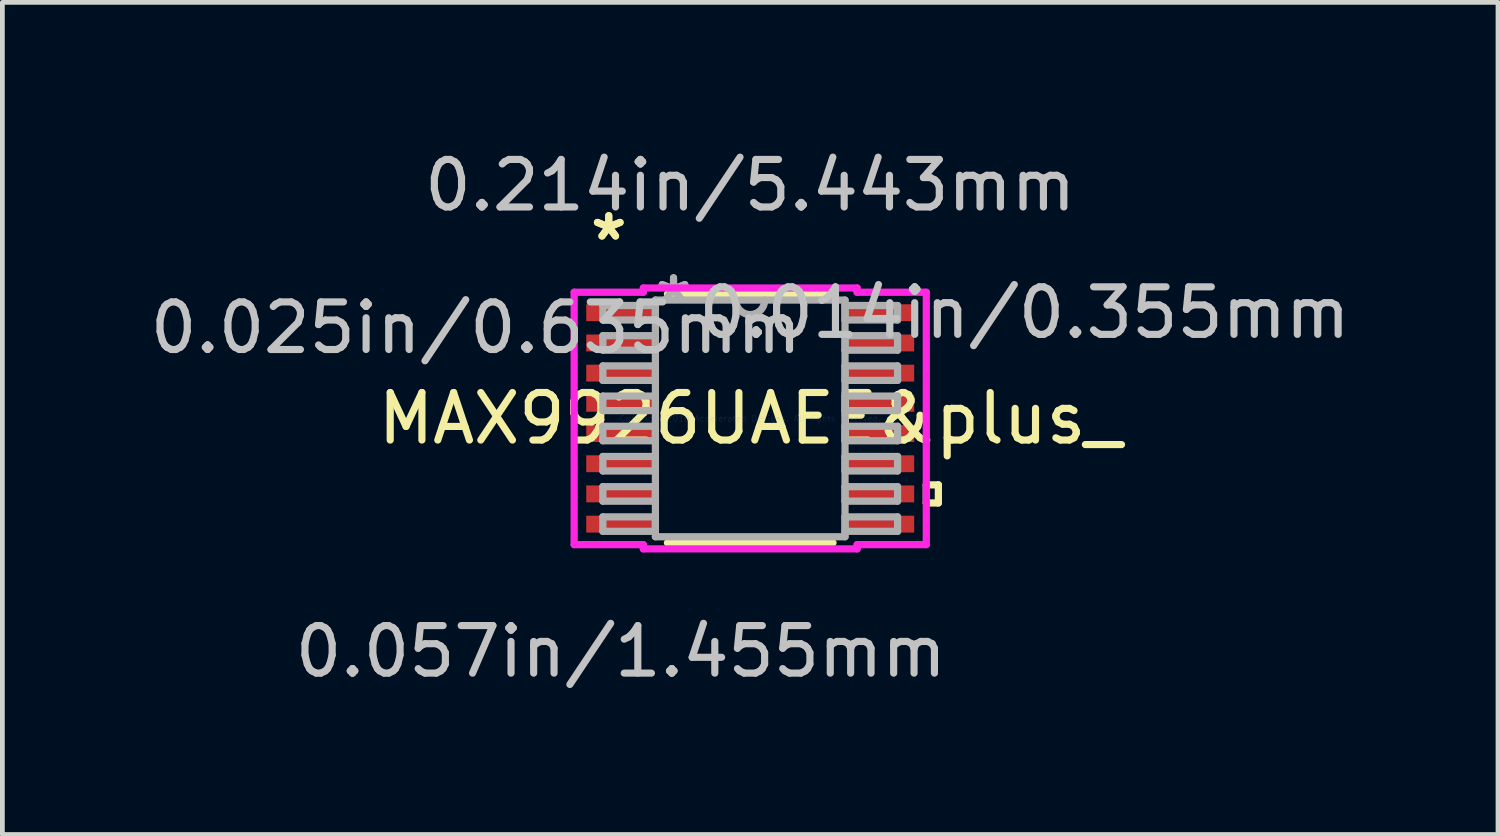
<source format=kicad_pcb>
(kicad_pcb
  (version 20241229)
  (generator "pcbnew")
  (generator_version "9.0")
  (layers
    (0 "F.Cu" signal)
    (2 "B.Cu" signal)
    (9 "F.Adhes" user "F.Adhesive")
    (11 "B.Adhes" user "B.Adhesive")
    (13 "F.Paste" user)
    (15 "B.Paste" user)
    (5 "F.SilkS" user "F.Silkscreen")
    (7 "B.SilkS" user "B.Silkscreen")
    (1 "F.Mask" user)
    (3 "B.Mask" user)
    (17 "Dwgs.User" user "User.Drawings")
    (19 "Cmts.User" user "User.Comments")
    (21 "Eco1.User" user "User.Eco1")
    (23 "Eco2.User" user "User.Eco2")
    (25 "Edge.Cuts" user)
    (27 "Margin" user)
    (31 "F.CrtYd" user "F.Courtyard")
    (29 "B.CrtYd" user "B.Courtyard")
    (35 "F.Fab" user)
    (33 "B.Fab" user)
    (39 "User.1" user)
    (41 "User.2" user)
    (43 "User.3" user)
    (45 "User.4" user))
  (footprint "MAX9926UAEE&plus_"
    (layer "F.Cu")
    (at 12.728 5.75)
    (property "Reference" "MAX9926UAEE&plus_" (at 0 0 0) (layer "F.SilkS") (effects (font (size 1 1) (thickness 0.15))))
    (attr through_hole)
    (fp_line (start -1.741 2.616) (end 1.741 2.616) (stroke (width 0.152) (type solid)) (layer "F.SilkS"))
    (fp_line (start 1.741 -2.616) (end -1.741 -2.616) (stroke (width 0.152) (type solid)) (layer "F.SilkS"))
    (fp_line (start 3.703 1.397) (end 3.957 1.397) (stroke (width 0.152) (type solid)) (layer "F.SilkS"))
    (fp_line (start 3.703 1.778) (end 3.703 1.397) (stroke (width 0.152) (type solid)) (layer "F.SilkS"))
    (fp_line (start 3.957 1.397) (end 3.957 1.778) (stroke (width 0.152) (type solid)) (layer "F.SilkS"))
    (fp_line (start 3.957 1.778) (end 3.703 1.778) (stroke (width 0.152) (type solid)) (layer "F.SilkS"))
    (fp_line (start -3.703 -2.654) (end -2.248 -2.654) (stroke (width 0.152) (type solid)) (layer "F.CrtYd"))
    (fp_line (start -3.703 2.654) (end -3.703 -2.654) (stroke (width 0.152) (type solid)) (layer "F.CrtYd"))
    (fp_line (start -2.248 -2.743) (end 2.248 -2.743) (stroke (width 0.152) (type solid)) (layer "F.CrtYd"))
    (fp_line (start -2.248 -2.654) (end -2.248 -2.743) (stroke (width 0.152) (type solid)) (layer "F.CrtYd"))
    (fp_line (start -2.248 2.654) (end -3.703 2.654) (stroke (width 0.152) (type solid)) (layer "F.CrtYd"))
    (fp_line (start -2.248 2.743) (end -2.248 2.654) (stroke (width 0.152) (type solid)) (layer "F.CrtYd"))
    (fp_line (start 2.248 -2.743) (end 2.248 -2.654) (stroke (width 0.152) (type solid)) (layer "F.CrtYd"))
    (fp_line (start 2.248 -2.654) (end 3.703 -2.654) (stroke (width 0.152) (type solid)) (layer "F.CrtYd"))
    (fp_line (start 2.248 2.654) (end 2.248 2.743) (stroke (width 0.152) (type solid)) (layer "F.CrtYd"))
    (fp_line (start 2.248 2.743) (end -2.248 2.743) (stroke (width 0.152) (type solid)) (layer "F.CrtYd"))
    (fp_line (start 3.703 -2.654) (end 3.703 2.654) (stroke (width 0.152) (type solid)) (layer "F.CrtYd"))
    (fp_line (start 3.703 2.654) (end 2.248 2.654) (stroke (width 0.152) (type solid)) (layer "F.CrtYd"))
    (fp_line (start -3.099 -2.375) (end -3.099 -2.07) (stroke (width 0.152) (type solid)) (layer "F.Fab"))
    (fp_line (start -3.099 -2.07) (end -1.994 -2.07) (stroke (width 0.152) (type solid)) (layer "F.Fab"))
    (fp_line (start -3.099 -1.74) (end -3.099 -1.435) (stroke (width 0.152) (type solid)) (layer "F.Fab"))
    (fp_line (start -3.099 -1.435) (end -1.994 -1.435) (stroke (width 0.152) (type solid)) (layer "F.Fab"))
    (fp_line (start -3.099 -1.105) (end -3.099 -0.8) (stroke (width 0.152) (type solid)) (layer "F.Fab"))
    (fp_line (start -3.099 -0.8) (end -1.994 -0.8) (stroke (width 0.152) (type solid)) (layer "F.Fab"))
    (fp_line (start -3.099 -0.47) (end -3.099 -0.165) (stroke (width 0.152) (type solid)) (layer "F.Fab"))
    (fp_line (start -3.099 -0.165) (end -1.994 -0.165) (stroke (width 0.152) (type solid)) (layer "F.Fab"))
    (fp_line (start -3.099 0.165) (end -3.099 0.47) (stroke (width 0.152) (type solid)) (layer "F.Fab"))
    (fp_line (start -3.099 0.47) (end -1.994 0.47) (stroke (width 0.152) (type solid)) (layer "F.Fab"))
    (fp_line (start -3.099 0.8) (end -3.099 1.105) (stroke (width 0.152) (type solid)) (layer "F.Fab"))
    (fp_line (start -3.099 1.105) (end -1.994 1.105) (stroke (width 0.152) (type solid)) (layer "F.Fab"))
    (fp_line (start -3.099 1.435) (end -3.099 1.74) (stroke (width 0.152) (type solid)) (layer "F.Fab"))
    (fp_line (start -3.099 1.74) (end -1.994 1.74) (stroke (width 0.152) (type solid)) (layer "F.Fab"))
    (fp_line (start -3.099 2.07) (end -3.099 2.375) (stroke (width 0.152) (type solid)) (layer "F.Fab"))
    (fp_line (start -3.099 2.375) (end -1.994 2.375) (stroke (width 0.152) (type solid)) (layer "F.Fab"))
    (fp_line (start -1.994 -2.489) (end -1.994 2.489) (stroke (width 0.152) (type solid)) (layer "F.Fab"))
    (fp_line (start -1.994 -2.375) (end -3.099 -2.375) (stroke (width 0.152) (type solid)) (layer "F.Fab"))
    (fp_line (start -1.994 -2.07) (end -1.994 -2.375) (stroke (width 0.152) (type solid)) (layer "F.Fab"))
    (fp_line (start -1.994 -1.74) (end -3.099 -1.74) (stroke (width 0.152) (type solid)) (layer "F.Fab"))
    (fp_line (start -1.994 -1.435) (end -1.994 -1.74) (stroke (width 0.152) (type solid)) (layer "F.Fab"))
    (fp_line (start -1.994 -1.105) (end -3.099 -1.105) (stroke (width 0.152) (type solid)) (layer "F.Fab"))
    (fp_line (start -1.994 -0.8) (end -1.994 -1.105) (stroke (width 0.152) (type solid)) (layer "F.Fab"))
    (fp_line (start -1.994 -0.47) (end -3.099 -0.47) (stroke (width 0.152) (type solid)) (layer "F.Fab"))
    (fp_line (start -1.994 -0.165) (end -1.994 -0.47) (stroke (width 0.152) (type solid)) (layer "F.Fab"))
    (fp_line (start -1.994 0.165) (end -3.099 0.165) (stroke (width 0.152) (type solid)) (layer "F.Fab"))
    (fp_line (start -1.994 0.47) (end -1.994 0.165) (stroke (width 0.152) (type solid)) (layer "F.Fab"))
    (fp_line (start -1.994 0.8) (end -3.099 0.8) (stroke (width 0.152) (type solid)) (layer "F.Fab"))
    (fp_line (start -1.994 1.105) (end -1.994 0.8) (stroke (width 0.152) (type solid)) (layer "F.Fab"))
    (fp_line (start -1.994 1.435) (end -3.099 1.435) (stroke (width 0.152) (type solid)) (layer "F.Fab"))
    (fp_line (start -1.994 1.74) (end -1.994 1.435) (stroke (width 0.152) (type solid)) (layer "F.Fab"))
    (fp_line (start -1.994 2.07) (end -3.099 2.07) (stroke (width 0.152) (type solid)) (layer "F.Fab"))
    (fp_line (start -1.994 2.375) (end -1.994 2.07) (stroke (width 0.152) (type solid)) (layer "F.Fab"))
    (fp_line (start -1.994 2.489) (end 1.994 2.489) (stroke (width 0.152) (type solid)) (layer "F.Fab"))
    (fp_line (start 1.994 -2.489) (end -1.994 -2.489) (stroke (width 0.152) (type solid)) (layer "F.Fab"))
    (fp_line (start 1.994 -2.375) (end 1.994 -2.07) (stroke (width 0.152) (type solid)) (layer "F.Fab"))
    (fp_line (start 1.994 -2.07) (end 3.099 -2.07) (stroke (width 0.152) (type solid)) (layer "F.Fab"))
    (fp_line (start 1.994 -1.74) (end 1.994 -1.435) (stroke (width 0.152) (type solid)) (layer "F.Fab"))
    (fp_line (start 1.994 -1.435) (end 3.099 -1.435) (stroke (width 0.152) (type solid)) (layer "F.Fab"))
    (fp_line (start 1.994 -1.105) (end 1.994 -0.8) (stroke (width 0.152) (type solid)) (layer "F.Fab"))
    (fp_line (start 1.994 -0.8) (end 3.099 -0.8) (stroke (width 0.152) (type solid)) (layer "F.Fab"))
    (fp_line (start 1.994 -0.47) (end 1.994 -0.165) (stroke (width 0.152) (type solid)) (layer "F.Fab"))
    (fp_line (start 1.994 -0.165) (end 3.099 -0.165) (stroke (width 0.152) (type solid)) (layer "F.Fab"))
    (fp_line (start 1.994 0.165) (end 1.994 0.47) (stroke (width 0.152) (type solid)) (layer "F.Fab"))
    (fp_line (start 1.994 0.47) (end 3.099 0.47) (stroke (width 0.152) (type solid)) (layer "F.Fab"))
    (fp_line (start 1.994 0.8) (end 1.994 1.105) (stroke (width 0.152) (type solid)) (layer "F.Fab"))
    (fp_line (start 1.994 1.105) (end 3.099 1.105) (stroke (width 0.152) (type solid)) (layer "F.Fab"))
    (fp_line (start 1.994 1.435) (end 1.994 1.74) (stroke (width 0.152) (type solid)) (layer "F.Fab"))
    (fp_line (start 1.994 1.74) (end 3.099 1.74) (stroke (width 0.152) (type solid)) (layer "F.Fab"))
    (fp_line (start 1.994 2.07) (end 1.994 2.375) (stroke (width 0.152) (type solid)) (layer "F.Fab"))
    (fp_line (start 1.994 2.375) (end 3.099 2.375) (stroke (width 0.152) (type solid)) (layer "F.Fab"))
    (fp_line (start 1.994 2.489) (end 1.994 -2.489) (stroke (width 0.152) (type solid)) (layer "F.Fab"))
    (fp_line (start 3.099 -2.375) (end 1.994 -2.375) (stroke (width 0.152) (type solid)) (layer "F.Fab"))
    (fp_line (start 3.099 -2.07) (end 3.099 -2.375) (stroke (width 0.152) (type solid)) (layer "F.Fab"))
    (fp_line (start 3.099 -1.74) (end 1.994 -1.74) (stroke (width 0.152) (type solid)) (layer "F.Fab"))
    (fp_line (start 3.099 -1.435) (end 3.099 -1.74) (stroke (width 0.152) (type solid)) (layer "F.Fab"))
    (fp_line (start 3.099 -1.105) (end 1.994 -1.105) (stroke (width 0.152) (type solid)) (layer "F.Fab"))
    (fp_line (start 3.099 -0.8) (end 3.099 -1.105) (stroke (width 0.152) (type solid)) (layer "F.Fab"))
    (fp_line (start 3.099 -0.47) (end 1.994 -0.47) (stroke (width 0.152) (type solid)) (layer "F.Fab"))
    (fp_line (start 3.099 -0.165) (end 3.099 -0.47) (stroke (width 0.152) (type solid)) (layer "F.Fab"))
    (fp_line (start 3.099 0.165) (end 1.994 0.165) (stroke (width 0.152) (type solid)) (layer "F.Fab"))
    (fp_line (start 3.099 0.47) (end 3.099 0.165) (stroke (width 0.152) (type solid)) (layer "F.Fab"))
    (fp_line (start 3.099 0.8) (end 1.994 0.8) (stroke (width 0.152) (type solid)) (layer "F.Fab"))
    (fp_line (start 3.099 1.105) (end 3.099 0.8) (stroke (width 0.152) (type solid)) (layer "F.Fab"))
    (fp_line (start 3.099 1.435) (end 1.994 1.435) (stroke (width 0.152) (type solid)) (layer "F.Fab"))
    (fp_line (start 3.099 1.74) (end 3.099 1.435) (stroke (width 0.152) (type solid)) (layer "F.Fab"))
    (fp_line (start 3.099 2.07) (end 1.994 2.07) (stroke (width 0.152) (type solid)) (layer "F.Fab"))
    (fp_line (start 3.099 2.375) (end 3.099 2.07) (stroke (width 0.152) (type solid)) (layer "F.Fab"))
    (fp_arc (start 0.3048 -2.4892) (mid 0 -2.1844) (end -0.3048 -2.4892) (stroke (width 0.1524) (type solid)) (layer "F.Fab"))
    (fp_text user "*" (at -2.975 -3.72 0) (layer "F.SilkS") (effects (font (size 1 1) (thickness 0.15))))
    (fp_text user "*" (at -2.975 -3.72 0) (layer "F.SilkS") (effects (font (size 1 1) (thickness 0.15))))
    (fp_text user "0.014in/0.355mm" (at 5.769 -2.223 0) (layer "Dwgs.User") (effects (font (size 1 1) (thickness 0.15))))
    (fp_text user "0.057in/1.455mm" (at -2.721 4.902 0) (layer "Dwgs.User") (effects (font (size 1 1) (thickness 0.15))))
    (fp_text user "0.025in/0.635mm" (at -5.769 -1.905 0) (layer "Dwgs.User") (effects (font (size 1 1) (thickness 0.15))))
    (fp_text user "0.214in/5.443mm" (at 0 -4.902 0) (layer "Dwgs.User") (effects (font (size 1 1) (thickness 0.15))))
    (fp_text user "Copyright 2016 Accelerated Designs. All rights reserved." (at 0 0 0) (layer "Cmts.User") (effects (font (size 0.127 0.127) (thickness 0.002))))
    (fp_text user "*" (at -1.613 -2.413 0) (layer "F.Fab") (effects (font (size 1 1) (thickness 0.15))))
    (fp_text user "*" (at -1.613 -2.413 0) (layer "F.Fab") (effects (font (size 1 1) (thickness 0.15))))
    (pad "1" smd rect (at -2.721 -2.223) (size 1.455 0.355) (layers "F.Cu" "F.Mask" "F.Paste"))
    (pad "2" smd rect (at -2.721 -1.587) (size 1.455 0.355) (layers "F.Cu" "F.Mask" "F.Paste"))
    (pad "3" smd rect (at -2.721 -0.953) (size 1.455 0.355) (layers "F.Cu" "F.Mask" "F.Paste"))
    (pad "4" smd rect (at -2.721 -0.318) (size 1.455 0.355) (layers "F.Cu" "F.Mask" "F.Paste"))
    (pad "5" smd rect (at -2.721 0.318) (size 1.455 0.355) (layers "F.Cu" "F.Mask" "F.Paste"))
    (pad "6" smd rect (at -2.721 0.953) (size 1.455 0.355) (layers "F.Cu" "F.Mask" "F.Paste"))
    (pad "7" smd rect (at -2.721 1.587) (size 1.455 0.355) (layers "F.Cu" "F.Mask" "F.Paste"))
    (pad "8" smd rect (at -2.721 2.223) (size 1.455 0.355) (layers "F.Cu" "F.Mask" "F.Paste"))
    (pad "9" smd rect (at 2.721 2.223) (size 1.455 0.355) (layers "F.Cu" "F.Mask" "F.Paste"))
    (pad "10" smd rect (at 2.721 1.587) (size 1.455 0.355) (layers "F.Cu" "F.Mask" "F.Paste"))
    (pad "11" smd rect (at 2.721 0.953) (size 1.455 0.355) (layers "F.Cu" "F.Mask" "F.Paste"))
    (pad "12" smd rect (at 2.721 0.318) (size 1.455 0.355) (layers "F.Cu" "F.Mask" "F.Paste"))
    (pad "13" smd rect (at 2.721 -0.318) (size 1.455 0.355) (layers "F.Cu" "F.Mask" "F.Paste"))
    (pad "14" smd rect (at 2.721 -0.953) (size 1.455 0.355) (layers "F.Cu" "F.Mask" "F.Paste"))
    (pad "15" smd rect (at 2.721 -1.587) (size 1.455 0.355) (layers "F.Cu" "F.Mask" "F.Paste"))
    (pad "16" smd rect (at 2.721 -2.223) (size 1.455 0.355) (layers "F.Cu" "F.Mask" "F.Paste")))
  (gr_rect
    (start -3 -3)
    (end 28.455 14.501)
    (stroke (width 0.1) (type default))
    (fill no)
    (layer "Edge.Cuts")))
</source>
